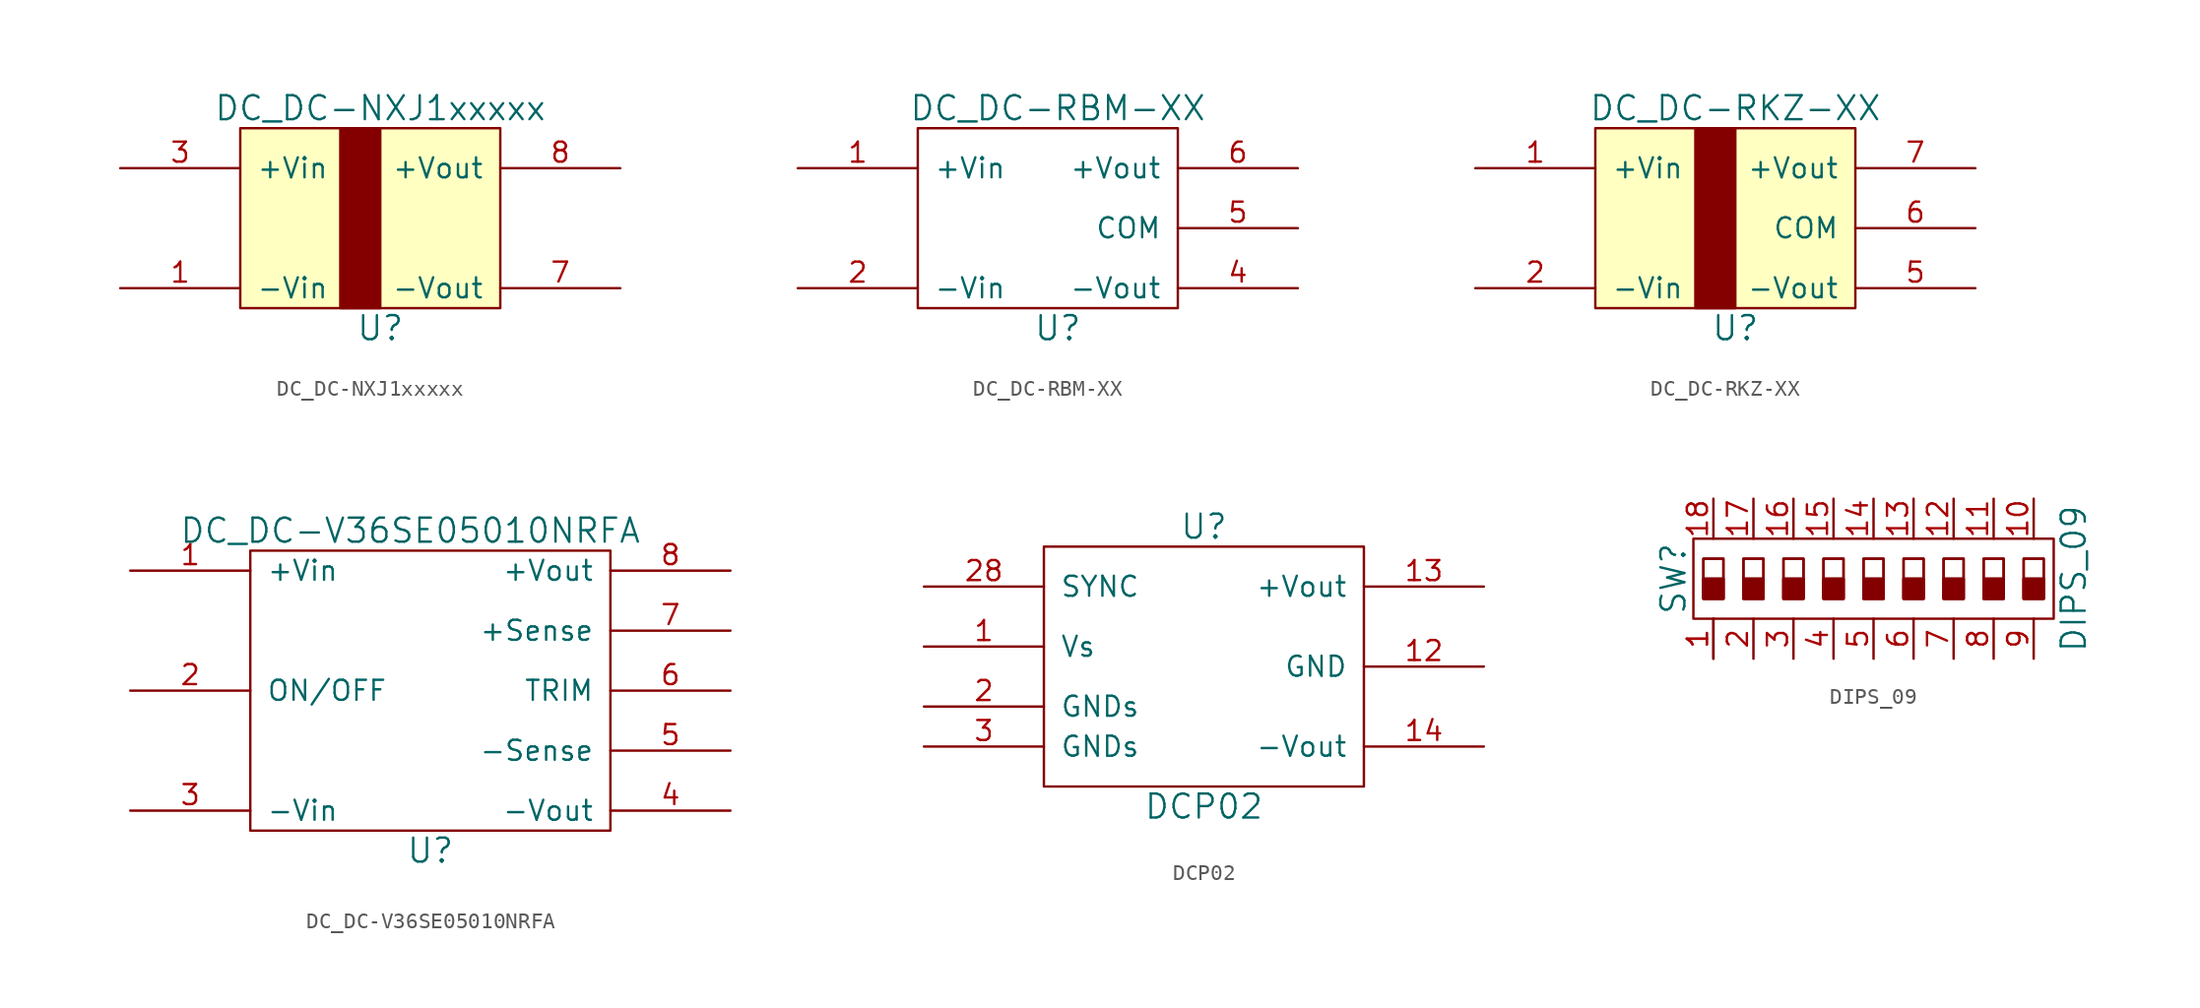
<source format=kicad_sym>
(kicad_symbol_lib
  (version 20211014)
  (generator kicad_symbol_editor)
  (symbol "DC_DC-NXJ1xxxxx"
    (pin_names
      (offset 1.016))
    (property "Reference" "U"
      (at 1.27 -6.35 0)
      (effects (font (size 1.524 1.524))))
    (property "Value" "DC_DC-NXJ1xxxxx"
      (at 1.27 7.62 0)
      (effects (font (size 1.524 1.524))))
    (property "Datasheet" ""
      (at 0 0 0)
      (effects (font (size 1.524 1.524))))
    (symbol "DC_DC-NXJ1xxxxx_0_1"
      (rectangle (start -7.62 6.35) (end 8.89 -5.08) (stroke (width 0) (type default) (color 0 0 0 0)) (fill (type background)))
      (rectangle (start -1.27 6.35) (end 1.27 -5.08) (stroke (width 0) (type default) (color 0 0 0 0)) (fill (type outline))))
    (symbol "DC_DC-NXJ1xxxxx_1_1"
      (pin input line (at -15.24 -3.81 0) (length 7.62) (name "-Vin" (effects (font (size 1.27 1.27)))) (number "1" (effects (font (size 1.27 1.27)))))
      (pin input line (at -15.24 3.81 0) (length 7.62) (name "+Vin" (effects (font (size 1.27 1.27)))) (number "3" (effects (font (size 1.27 1.27)))))
      (pin input line (at 16.51 -3.81 180) (length 7.62) (name "-Vout" (effects (font (size 1.27 1.27)))) (number "7" (effects (font (size 1.27 1.27)))))
      (pin input line (at 16.51 3.81 180) (length 7.62) (name "+Vout" (effects (font (size 1.27 1.27)))) (number "8" (effects (font (size 1.27 1.27)))))))
  (symbol "DC_DC-RBM-XX"
    (pin_names
      (offset 1.016))
    (property "Reference" "U"
      (at 1.27 -6.35 0)
      (effects (font (size 1.524 1.524))))
    (property "Value" "DC_DC-RBM-XX"
      (at 1.27 7.62 0)
      (effects (font (size 1.524 1.524))))
    (property "Footprint" ""
      (at 0 0 0)
      (effects (font (size 1.524 1.524))))
    (property "Datasheet" ""
      (at 0 0 0)
      (effects (font (size 1.524 1.524))))
    (symbol "DC_DC-RBM-XX_0_1"
      (rectangle (start -7.62 6.35) (end 8.89 -5.08) (stroke (width 0) (type default) (color 0 0 0 0)) (fill (type none))))
    (symbol "DC_DC-RBM-XX_1_1"
      (pin input line (at -15.24 3.81 0) (length 7.62) (name "+Vin" (effects (font (size 1.27 1.27)))) (number "1" (effects (font (size 1.27 1.27)))))
      (pin input line (at -15.24 -3.81 0) (length 7.62) (name "-Vin" (effects (font (size 1.27 1.27)))) (number "2" (effects (font (size 1.27 1.27)))))
      (pin input line (at 16.51 -3.81 180) (length 7.62) (name "-Vout" (effects (font (size 1.27 1.27)))) (number "4" (effects (font (size 1.27 1.27)))))
      (pin input line (at 16.51 0 180) (length 7.62) (name "COM" (effects (font (size 1.27 1.27)))) (number "5" (effects (font (size 1.27 1.27)))))
      (pin input line (at 16.51 3.81 180) (length 7.62) (name "+Vout" (effects (font (size 1.27 1.27)))) (number "6" (effects (font (size 1.27 1.27)))))))
  (symbol "DC_DC-RKZ-XX"
    (pin_names
      (offset 1.016))
    (property "Reference" "U"
      (at 1.27 -6.35 0)
      (effects (font (size 1.524 1.524))))
    (property "Value" "DC_DC-RKZ-XX"
      (at 1.27 7.62 0)
      (effects (font (size 1.524 1.524))))
    (property "Footprint" ""
      (at 0 0 0)
      (effects (font (size 1.524 1.524))))
    (property "Datasheet" ""
      (at 0 0 0)
      (effects (font (size 1.524 1.524))))
    (symbol "DC_DC-RKZ-XX_0_1"
      (rectangle (start -7.62 6.35) (end 8.89 -5.08) (stroke (width 0) (type default) (color 0 0 0 0)) (fill (type background)))
      (rectangle (start -1.27 6.35) (end 1.27 -5.08) (stroke (width 0) (type default) (color 0 0 0 0)) (fill (type outline))))
    (symbol "DC_DC-RKZ-XX_1_1"
      (pin input line (at -15.24 3.81 0) (length 7.62) (name "+Vin" (effects (font (size 1.27 1.27)))) (number "1" (effects (font (size 1.27 1.27)))))
      (pin input line (at -15.24 -3.81 0) (length 7.62) (name "-Vin" (effects (font (size 1.27 1.27)))) (number "2" (effects (font (size 1.27 1.27)))))
      (pin input line (at 16.51 -3.81 180) (length 7.62) (name "-Vout" (effects (font (size 1.27 1.27)))) (number "5" (effects (font (size 1.27 1.27)))))
      (pin input line (at 16.51 0 180) (length 7.62) (name "COM" (effects (font (size 1.27 1.27)))) (number "6" (effects (font (size 1.27 1.27)))))
      (pin input line (at 16.51 3.81 180) (length 7.62) (name "+Vout" (effects (font (size 1.27 1.27)))) (number "7" (effects (font (size 1.27 1.27)))))))
  (symbol "DC_DC-V36SE05010NRFA"
    (pin_names
      (offset 1.016))
    (property "Reference" "U"
      (at 0 -10.16 0)
      (effects (font (size 1.524 1.524))))
    (property "Value" "DC_DC-V36SE05010NRFA"
      (at -1.27 10.16 0)
      (effects (font (size 1.524 1.524))))
    (property "Datasheet" ""
      (at 0 0 0)
      (effects (font (size 1.524 1.524))))
    (symbol "DC_DC-V36SE05010NRFA_0_1"
      (rectangle (start -11.43 8.89) (end 11.43 -8.89) (stroke (width 0) (type default) (color 0 0 0 0)) (fill (type none))))
    (symbol "DC_DC-V36SE05010NRFA_1_1"
      (pin input line (at -19.05 7.62 0) (length 7.62) (name "+Vin" (effects (font (size 1.27 1.27)))) (number "1" (effects (font (size 1.27 1.27)))))
      (pin input line (at -19.05 0 0) (length 7.62) (name "ON/OFF" (effects (font (size 1.27 1.27)))) (number "2" (effects (font (size 1.27 1.27)))))
      (pin input line (at -19.05 -7.62 0) (length 7.62) (name "-Vin" (effects (font (size 1.27 1.27)))) (number "3" (effects (font (size 1.27 1.27)))))
      (pin input line (at 19.05 -7.62 180) (length 7.62) (name "-Vout" (effects (font (size 1.27 1.27)))) (number "4" (effects (font (size 1.27 1.27)))))
      (pin input line (at 19.05 -3.81 180) (length 7.62) (name "-Sense" (effects (font (size 1.27 1.27)))) (number "5" (effects (font (size 1.27 1.27)))))
      (pin input line (at 19.05 0 180) (length 7.62) (name "TRIM" (effects (font (size 1.27 1.27)))) (number "6" (effects (font (size 1.27 1.27)))))
      (pin input line (at 19.05 3.81 180) (length 7.62) (name "+Sense" (effects (font (size 1.27 1.27)))) (number "7" (effects (font (size 1.27 1.27)))))
      (pin input line (at 19.05 7.62 180) (length 7.62) (name "+Vout" (effects (font (size 1.27 1.27)))) (number "8" (effects (font (size 1.27 1.27)))))))
  (symbol "DCP02"
    (pin_names
      (offset 1.016))
    (property "Reference" "U"
      (at 0 8.89 0)
      (effects (font (size 1.524 1.524))))
    (property "Value" "DCP02"
      (at 0 -8.89 0)
      (effects (font (size 1.524 1.524))))
    (property "Footprint" ""
      (at 2.54 0 0)
      (effects (font (size 1.524 1.524))))
    (property "Datasheet" ""
      (at 2.54 0 0)
      (effects (font (size 1.524 1.524))))
    (symbol "DCP02_0_1"
      (rectangle (start -10.16 7.62) (end 10.16 -7.62) (stroke (width 0) (type default) (color 0 0 0 0)) (fill (type none))))
    (symbol "DCP02_1_1"
      (pin input line (at -17.78 1.27 0) (length 7.62) (name "Vs" (effects (font (size 1.27 1.27)))) (number "1" (effects (font (size 1.27 1.27)))))
      (pin input line (at 17.78 0 180) (length 7.62) (name "GND" (effects (font (size 1.27 1.27)))) (number "12" (effects (font (size 1.27 1.27)))))
      (pin input line (at 17.78 5.08 180) (length 7.62) (name "+Vout" (effects (font (size 1.27 1.27)))) (number "13" (effects (font (size 1.27 1.27)))))
      (pin input line (at 17.78 -5.08 180) (length 7.62) (name "-Vout" (effects (font (size 1.27 1.27)))) (number "14" (effects (font (size 1.27 1.27)))))
      (pin input line (at -17.78 -2.54 0) (length 7.62) (name "GNDs" (effects (font (size 1.27 1.27)))) (number "2" (effects (font (size 1.27 1.27)))))
      (pin input line (at -17.78 5.08 0) (length 7.62) (name "SYNC" (effects (font (size 1.27 1.27)))) (number "28" (effects (font (size 1.27 1.27)))))
      (pin input line (at -17.78 -5.08 0) (length 7.62) (name "GNDs" (effects (font (size 1.27 1.27)))) (number "3" (effects (font (size 1.27 1.27)))))))
  (symbol "DIPS_09"
    (pin_names
      (offset 0) hide)
    (property "Reference" "SW"
      (at -12.7 0 90)
      (effects (font (size 1.524 1.524))))
    (property "Value" "DIPS_09"
      (at 12.7 0 90)
      (effects (font (size 1.524 1.524))))
    (property "Footprint" ""
      (at 0 0 0)
      (effects (font (size 1.524 1.524))))
    (property "Datasheet" ""
      (at 0 0 0)
      (effects (font (size 1.524 1.524))))
    (symbol "DIPS_09_0_1"
      (rectangle (start -11.43 2.54) (end 11.43 -2.54) (stroke (width 0) (type default) (color 0 0 0 0)) (fill (type none)))
      (rectangle (start -9.525 0) (end -10.795 -1.27) (stroke (width 0) (type default) (color 0 0 0 0)) (fill (type outline)))
      (rectangle (start -9.525 0) (end -10.795 -1.27) (stroke (width 0) (type default) (color 0 0 0 0)) (fill (type outline)))
      (rectangle (start -9.525 1.27) (end -10.795 -1.27) (stroke (width 0) (type default) (color 0 0 0 0)) (fill (type none)))
      (rectangle (start -9.525 1.27) (end -10.795 -1.27) (stroke (width 0) (type default) (color 0 0 0 0)) (fill (type none)))
      (rectangle (start -6.985 0) (end -8.255 -1.27) (stroke (width 0) (type default) (color 0 0 0 0)) (fill (type outline)))
      (rectangle (start -6.985 0) (end -8.255 -1.27) (stroke (width 0) (type default) (color 0 0 0 0)) (fill (type outline)))
      (rectangle (start -6.985 1.27) (end -8.255 -1.27) (stroke (width 0) (type default) (color 0 0 0 0)) (fill (type none)))
      (rectangle (start -6.985 1.27) (end -8.255 -1.27) (stroke (width 0) (type default) (color 0 0 0 0)) (fill (type none)))
      (rectangle (start -4.445 0) (end -5.715 -1.27) (stroke (width 0) (type default) (color 0 0 0 0)) (fill (type outline)))
      (rectangle (start -4.445 0) (end -5.715 -1.27) (stroke (width 0) (type default) (color 0 0 0 0)) (fill (type outline)))
      (rectangle (start -4.445 1.27) (end -5.715 -1.27) (stroke (width 0) (type default) (color 0 0 0 0)) (fill (type none)))
      (rectangle (start -4.445 1.27) (end -5.715 -1.27) (stroke (width 0) (type default) (color 0 0 0 0)) (fill (type none)))
      (rectangle (start -1.905 0) (end -3.175 -1.27) (stroke (width 0) (type default) (color 0 0 0 0)) (fill (type outline)))
      (rectangle (start -1.905 0) (end -3.175 -1.27) (stroke (width 0) (type default) (color 0 0 0 0)) (fill (type outline)))
      (rectangle (start -1.905 1.27) (end -3.175 -1.27) (stroke (width 0) (type default) (color 0 0 0 0)) (fill (type none)))
      (rectangle (start -1.905 1.27) (end -3.175 -1.27) (stroke (width 0) (type default) (color 0 0 0 0)) (fill (type none)))
      (rectangle (start 0.635 0) (end -0.635 -1.27) (stroke (width 0) (type default) (color 0 0 0 0)) (fill (type outline)))
      (rectangle (start 0.635 0) (end -0.635 -1.27) (stroke (width 0) (type default) (color 0 0 0 0)) (fill (type outline)))
      (rectangle (start 0.635 1.27) (end -0.635 -1.27) (stroke (width 0) (type default) (color 0 0 0 0)) (fill (type none)))
      (rectangle (start 0.635 1.27) (end -0.635 -1.27) (stroke (width 0) (type default) (color 0 0 0 0)) (fill (type none)))
      (rectangle (start 3.175 0) (end 1.905 -1.27) (stroke (width 0) (type default) (color 0 0 0 0)) (fill (type outline)))
      (rectangle (start 3.175 0) (end 1.905 -1.27) (stroke (width 0) (type default) (color 0 0 0 0)) (fill (type outline)))
      (rectangle (start 3.175 1.27) (end 1.905 -1.27) (stroke (width 0) (type default) (color 0 0 0 0)) (fill (type none)))
      (rectangle (start 3.175 1.27) (end 1.905 -1.27) (stroke (width 0) (type default) (color 0 0 0 0)) (fill (type none)))
      (rectangle (start 5.715 0) (end 4.445 -1.27) (stroke (width 0) (type default) (color 0 0 0 0)) (fill (type outline)))
      (rectangle (start 5.715 0) (end 4.445 -1.27) (stroke (width 0) (type default) (color 0 0 0 0)) (fill (type outline)))
      (rectangle (start 5.715 1.27) (end 4.445 -1.27) (stroke (width 0) (type default) (color 0 0 0 0)) (fill (type none)))
      (rectangle (start 5.715 1.27) (end 4.445 -1.27) (stroke (width 0) (type default) (color 0 0 0 0)) (fill (type none)))
      (rectangle (start 8.255 0) (end 6.985 -1.27) (stroke (width 0) (type default) (color 0 0 0 0)) (fill (type outline)))
      (rectangle (start 8.255 0) (end 6.985 -1.27) (stroke (width 0) (type default) (color 0 0 0 0)) (fill (type outline)))
      (rectangle (start 8.255 1.27) (end 6.985 -1.27) (stroke (width 0) (type default) (color 0 0 0 0)) (fill (type none)))
      (rectangle (start 8.255 1.27) (end 6.985 -1.27) (stroke (width 0) (type default) (color 0 0 0 0)) (fill (type none)))
      (rectangle (start 10.795 0) (end 9.525 -1.27) (stroke (width 0) (type default) (color 0 0 0 0)) (fill (type outline)))
      (rectangle (start 10.795 0) (end 9.525 -1.27) (stroke (width 0) (type default) (color 0 0 0 0)) (fill (type outline)))
      (rectangle (start 10.795 1.27) (end 9.525 -1.27) (stroke (width 0) (type default) (color 0 0 0 0)) (fill (type none)))
      (rectangle (start 10.795 1.27) (end 9.525 -1.27) (stroke (width 0) (type default) (color 0 0 0 0)) (fill (type none))))
    (symbol "DIPS_09_1_1"
      (pin passive line (at -10.16 -5.08 90) (length 2.54) (name "~" (effects (font (size 1.27 1.27)))) (number "1" (effects (font (size 1.27 1.27)))))
      (pin passive line (at -10.16 -5.08 90) (length 2.54) (name "~" (effects (font (size 1.27 1.27)))) (number "1" (effects (font (size 1.27 1.27)))))
      (pin passive line (at 10.16 5.08 270) (length 2.54) (name "~" (effects (font (size 1.27 1.27)))) (number "10" (effects (font (size 1.27 1.27)))))
      (pin passive line (at 7.62 5.08 270) (length 2.54) (name "~" (effects (font (size 1.27 1.27)))) (number "11" (effects (font (size 1.27 1.27)))))
      (pin passive line (at 5.08 5.08 270) (length 2.54) (name "~" (effects (font (size 1.27 1.27)))) (number "12" (effects (font (size 1.27 1.27)))))
      (pin passive line (at 2.54 5.08 270) (length 2.54) (name "~" (effects (font (size 1.27 1.27)))) (number "13" (effects (font (size 1.27 1.27)))))
      (pin passive line (at 0 5.08 270) (length 2.54) (name "~" (effects (font (size 1.27 1.27)))) (number "14" (effects (font (size 1.27 1.27)))))
      (pin passive line (at -2.54 5.08 270) (length 2.54) (name "~" (effects (font (size 1.27 1.27)))) (number "15" (effects (font (size 1.27 1.27)))))
      (pin passive line (at -5.08 5.08 270) (length 2.54) (name "~" (effects (font (size 1.27 1.27)))) (number "16" (effects (font (size 1.27 1.27)))))
      (pin passive line (at -7.62 5.08 270) (length 2.54) (name "~" (effects (font (size 1.27 1.27)))) (number "17" (effects (font (size 1.27 1.27)))))
      (pin passive line (at -10.16 5.08 270) (length 2.54) (name "~" (effects (font (size 1.27 1.27)))) (number "18" (effects (font (size 1.27 1.27)))))
      (pin passive line (at -7.62 -5.08 90) (length 2.54) (name "~" (effects (font (size 1.27 1.27)))) (number "2" (effects (font (size 1.27 1.27)))))
      (pin passive line (at -5.08 -5.08 90) (length 2.54) (name "~" (effects (font (size 1.27 1.27)))) (number "3" (effects (font (size 1.27 1.27)))))
      (pin passive line (at -2.54 -5.08 90) (length 2.54) (name "~" (effects (font (size 1.27 1.27)))) (number "4" (effects (font (size 1.27 1.27)))))
      (pin passive line (at 0 -5.08 90) (length 2.54) (name "~" (effects (font (size 1.27 1.27)))) (number "5" (effects (font (size 1.27 1.27)))))
      (pin passive line (at 2.54 -5.08 90) (length 2.54) (name "~" (effects (font (size 1.27 1.27)))) (number "6" (effects (font (size 1.27 1.27)))))
      (pin passive line (at 5.08 -5.08 90) (length 2.54) (name "~" (effects (font (size 1.27 1.27)))) (number "7" (effects (font (size 1.27 1.27)))))
      (pin passive line (at 7.62 -5.08 90) (length 2.54) (name "~" (effects (font (size 1.27 1.27)))) (number "8" (effects (font (size 1.27 1.27)))))
      (pin passive line (at 10.16 -5.08 90) (length 2.54) (name "~" (effects (font (size 1.27 1.27)))) (number "9" (effects (font (size 1.27 1.27))))))))
</source>
